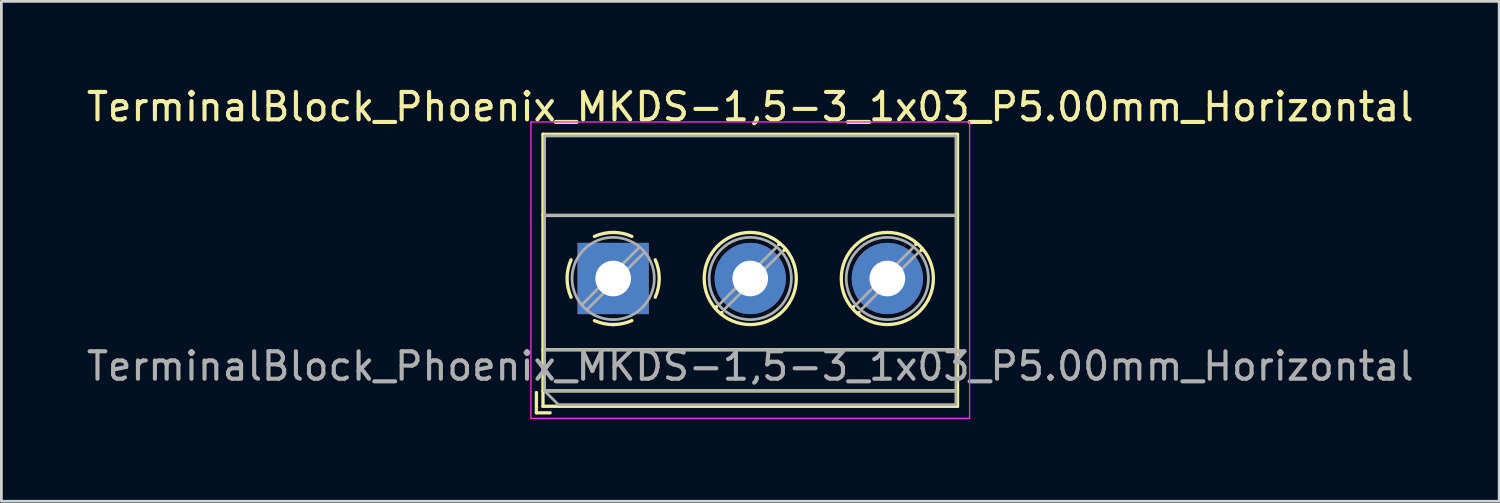
<source format=kicad_pcb>
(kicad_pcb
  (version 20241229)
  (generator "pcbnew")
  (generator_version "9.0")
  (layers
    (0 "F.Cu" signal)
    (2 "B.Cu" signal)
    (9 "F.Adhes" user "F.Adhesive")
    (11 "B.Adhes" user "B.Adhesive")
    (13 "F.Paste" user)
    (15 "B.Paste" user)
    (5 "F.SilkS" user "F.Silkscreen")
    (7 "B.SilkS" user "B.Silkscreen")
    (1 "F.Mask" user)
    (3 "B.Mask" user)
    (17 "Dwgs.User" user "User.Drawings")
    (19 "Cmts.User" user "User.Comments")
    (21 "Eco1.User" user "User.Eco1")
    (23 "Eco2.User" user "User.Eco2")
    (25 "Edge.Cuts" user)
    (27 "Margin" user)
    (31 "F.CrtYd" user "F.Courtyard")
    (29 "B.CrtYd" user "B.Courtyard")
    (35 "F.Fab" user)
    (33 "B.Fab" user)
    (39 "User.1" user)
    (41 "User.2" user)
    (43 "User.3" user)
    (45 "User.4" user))
  (footprint "TerminalBlock_Phoenix_MKDS-1,5-3_1x03_P5.00mm_Horizontal"
    (layer "F.Cu")
    (at 19.315 7.108)
    (property "Reference" "TerminalBlock_Phoenix_MKDS-1,5-3_1x03_P5.00mm_Horizontal" (at 5 -6.26 0) (layer "F.SilkS") (effects (font (size 1 1) (thickness 0.15))))
    (attr through_hole)
    (fp_line (start -2.8 4.16) (end -2.8 4.9) (stroke (width 0.12) (type solid)) (layer "F.SilkS"))
    (fp_line (start -2.8 4.9) (end -2.3 4.9) (stroke (width 0.12) (type solid)) (layer "F.SilkS"))
    (fp_line (start -2.56 -5.261) (end -2.56 4.66) (stroke (width 0.12) (type solid)) (layer "F.SilkS"))
    (fp_line (start -2.56 -5.261) (end 12.56 -5.261) (stroke (width 0.12) (type solid)) (layer "F.SilkS"))
    (fp_line (start -2.56 -2.301) (end 12.56 -2.301) (stroke (width 0.12) (type solid)) (layer "F.SilkS"))
    (fp_line (start -2.56 2.6) (end 12.56 2.6) (stroke (width 0.12) (type solid)) (layer "F.SilkS"))
    (fp_line (start -2.56 4.1) (end 12.56 4.1) (stroke (width 0.12) (type solid)) (layer "F.SilkS"))
    (fp_line (start -2.56 4.66) (end 12.56 4.66) (stroke (width 0.12) (type solid)) (layer "F.SilkS"))
    (fp_line (start 3.773 1.023) (end 3.726 1.069) (stroke (width 0.12) (type solid)) (layer "F.SilkS"))
    (fp_line (start 3.966 1.239) (end 3.931 1.274) (stroke (width 0.12) (type solid)) (layer "F.SilkS"))
    (fp_line (start 6.07 -1.275) (end 6.035 -1.239) (stroke (width 0.12) (type solid)) (layer "F.SilkS"))
    (fp_line (start 6.275 -1.069) (end 6.228 -1.023) (stroke (width 0.12) (type solid)) (layer "F.SilkS"))
    (fp_line (start 8.773 1.023) (end 8.726 1.069) (stroke (width 0.12) (type solid)) (layer "F.SilkS"))
    (fp_line (start 8.966 1.239) (end 8.931 1.274) (stroke (width 0.12) (type solid)) (layer "F.SilkS"))
    (fp_line (start 11.07 -1.275) (end 11.035 -1.239) (stroke (width 0.12) (type solid)) (layer "F.SilkS"))
    (fp_line (start 11.275 -1.069) (end 11.228 -1.023) (stroke (width 0.12) (type solid)) (layer "F.SilkS"))
    (fp_line (start 12.56 -5.261) (end 12.56 4.66) (stroke (width 0.12) (type solid)) (layer "F.SilkS"))
    (fp_arc (start -1.535427 0.683042) (mid -1.680501 -0.000524) (end -1.535 -0.684) (stroke (width 0.12) (type solid)) (layer "F.SilkS"))
    (fp_arc (start -0.683042 -1.535427) (mid 0.000524 -1.680501) (end 0.684 -1.535) (stroke (width 0.12) (type solid)) (layer "F.SilkS"))
    (fp_arc (start 0.028805 1.680253) (mid -0.335551 1.646659) (end -0.684 1.535) (stroke (width 0.12) (type solid)) (layer "F.SilkS"))
    (fp_arc (start 0.683318 1.534756) (mid 0.349292 1.643288) (end 0 1.68) (stroke (width 0.12) (type solid)) (layer "F.SilkS"))
    (fp_arc (start 1.535427 -0.683042) (mid 1.680501 0.000524) (end 1.535 0.684) (stroke (width 0.12) (type solid)) (layer "F.SilkS"))
    (fp_circle (center 5 0) (end 6.68 0) (stroke (width 0.12) (type solid)) (fill no) (layer "F.SilkS"))
    (fp_circle (center 10 0) (end 11.68 0) (stroke (width 0.12) (type solid)) (fill no) (layer "F.SilkS"))
    (fp_line (start -3 -5.71) (end -3 5.1) (stroke (width 0.05) (type solid)) (layer "F.CrtYd"))
    (fp_line (start -3 5.1) (end 13 5.1) (stroke (width 0.05) (type solid)) (layer "F.CrtYd"))
    (fp_line (start 13 -5.71) (end -3 -5.71) (stroke (width 0.05) (type solid)) (layer "F.CrtYd"))
    (fp_line (start 13 5.1) (end 13 -5.71) (stroke (width 0.05) (type solid)) (layer "F.CrtYd"))
    (fp_line (start -2.5 -5.2) (end 12.5 -5.2) (stroke (width 0.1) (type solid)) (layer "F.Fab"))
    (fp_line (start -2.5 -2.3) (end 12.5 -2.3) (stroke (width 0.1) (type solid)) (layer "F.Fab"))
    (fp_line (start -2.5 2.6) (end 12.5 2.6) (stroke (width 0.1) (type solid)) (layer "F.Fab"))
    (fp_line (start -2.5 4.1) (end -2.5 -5.2) (stroke (width 0.1) (type solid)) (layer "F.Fab"))
    (fp_line (start -2.5 4.1) (end 12.5 4.1) (stroke (width 0.1) (type solid)) (layer "F.Fab"))
    (fp_line (start -2 4.6) (end -2.5 4.1) (stroke (width 0.1) (type solid)) (layer "F.Fab"))
    (fp_line (start 0.955 -1.138) (end -1.138 0.955) (stroke (width 0.1) (type solid)) (layer "F.Fab"))
    (fp_line (start 1.138 -0.955) (end -0.955 1.138) (stroke (width 0.1) (type solid)) (layer "F.Fab"))
    (fp_line (start 5.955 -1.138) (end 3.863 0.955) (stroke (width 0.1) (type solid)) (layer "F.Fab"))
    (fp_line (start 6.138 -0.955) (end 4.046 1.138) (stroke (width 0.1) (type solid)) (layer "F.Fab"))
    (fp_line (start 10.955 -1.138) (end 8.863 0.955) (stroke (width 0.1) (type solid)) (layer "F.Fab"))
    (fp_line (start 11.138 -0.955) (end 9.046 1.138) (stroke (width 0.1) (type solid)) (layer "F.Fab"))
    (fp_line (start 12.5 -5.2) (end 12.5 4.6) (stroke (width 0.1) (type solid)) (layer "F.Fab"))
    (fp_line (start 12.5 4.6) (end -2 4.6) (stroke (width 0.1) (type solid)) (layer "F.Fab"))
    (fp_circle (center 0 0) (end 1.5 0) (stroke (width 0.1) (type solid)) (fill no) (layer "F.Fab"))
    (fp_circle (center 5 0) (end 6.5 0) (stroke (width 0.1) (type solid)) (fill no) (layer "F.Fab"))
    (fp_circle (center 10 0) (end 11.5 0) (stroke (width 0.1) (type solid)) (fill no) (layer "F.Fab"))
    (fp_text user "${REFERENCE}" (at 5 3.2 0) (layer "F.Fab") (effects (font (size 1 1) (thickness 0.15))))
    (pad "1" thru_hole rect (at 0 0) (size 2.6 2.6) (drill 1.3) (layers "*.Cu" "*.Mask"))
    (pad "2" thru_hole circle (at 5 0) (size 2.6 2.6) (drill 1.3) (layers "*.Cu" "*.Mask"))
    (pad "3" thru_hole circle (at 10 0) (size 2.6 2.6) (drill 1.3) (layers "*.Cu" "*.Mask")))
  (gr_rect
    (start -3 -3)
    (end 51.631 15.233)
    (stroke (width 0.1) (type default))
    (fill no)
    (layer "Edge.Cuts")))
</source>
